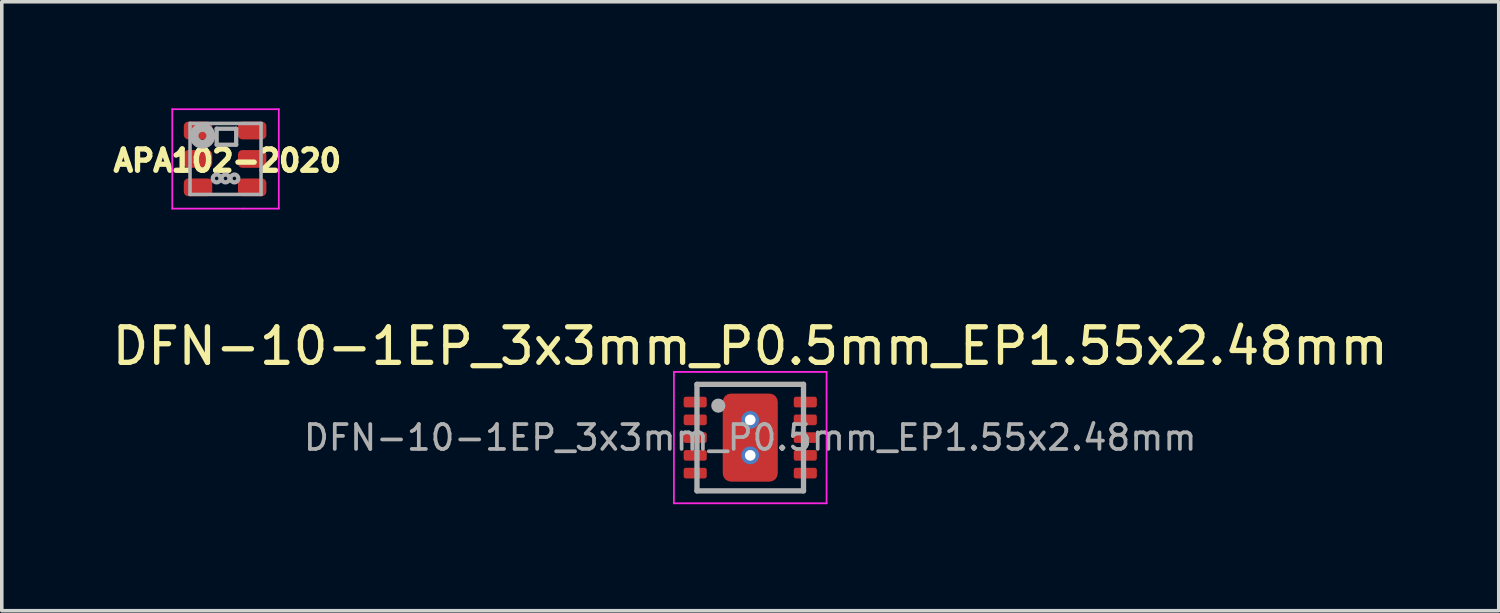
<source format=kicad_pcb>
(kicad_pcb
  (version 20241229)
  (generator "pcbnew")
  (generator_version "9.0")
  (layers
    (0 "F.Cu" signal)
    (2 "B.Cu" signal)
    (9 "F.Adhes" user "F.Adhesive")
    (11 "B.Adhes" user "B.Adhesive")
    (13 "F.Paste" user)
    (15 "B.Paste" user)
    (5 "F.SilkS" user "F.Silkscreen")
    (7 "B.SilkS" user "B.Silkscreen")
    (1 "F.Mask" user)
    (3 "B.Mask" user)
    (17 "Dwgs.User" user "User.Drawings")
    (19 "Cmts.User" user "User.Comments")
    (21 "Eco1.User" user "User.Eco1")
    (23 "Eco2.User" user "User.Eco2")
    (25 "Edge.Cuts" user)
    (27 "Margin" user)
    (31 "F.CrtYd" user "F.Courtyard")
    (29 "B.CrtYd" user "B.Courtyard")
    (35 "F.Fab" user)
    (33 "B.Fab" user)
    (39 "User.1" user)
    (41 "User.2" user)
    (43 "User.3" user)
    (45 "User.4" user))
  (footprint "DFN-10-1EP_3x3mm_P0.5mm_EP1.55x2.48mm"
    (layer "F.Cu")
    (at 18.077 9.273)
    (property "Reference" "DFN-10-1EP_3x3mm_P0.5mm_EP1.55x2.48mm" (at 0 -2.575 0) (layer "F.SilkS") (effects (font (size 1 1) (thickness 0.15))))
    (attr smd)
    (fp_line (start -2.15 -1.85) (end -2.15 1.85) (stroke (width 0.05) (type solid)) (layer "F.CrtYd"))
    (fp_line (start -2.15 -1.85) (end 2.15 -1.85) (stroke (width 0.05) (type solid)) (layer "F.CrtYd"))
    (fp_line (start -2.15 1.85) (end 2.15 1.85) (stroke (width 0.05) (type solid)) (layer "F.CrtYd"))
    (fp_line (start 2.15 -1.85) (end 2.15 1.85) (stroke (width 0.05) (type solid)) (layer "F.CrtYd"))
    (fp_line (start -1.5 -1.5) (end 1.5 -1.5) (stroke (width 0.15) (type solid)) (layer "F.Fab"))
    (fp_line (start -1.5 1.5) (end -1.5 -1.5) (stroke (width 0.15) (type solid)) (layer "F.Fab"))
    (fp_line (start 1.5 -1.5) (end 1.5 1.5) (stroke (width 0.15) (type solid)) (layer "F.Fab"))
    (fp_line (start 1.5 1.5) (end -1.5 1.5) (stroke (width 0.15) (type solid)) (layer "F.Fab"))
    (fp_circle (center -0.9 -0.9) (end -0.8 -0.9) (stroke (width 0.2) (type solid)) (fill no) (layer "F.Fab"))
    (fp_text user "${REFERENCE}" (at 0 0 0) (layer "F.Fab") (effects (font (size 0.7 0.7) (thickness 0.105))))
    (pad "" smd rect (at -0.388 -0.62) (size 0.6 1.05) (layers "F.Paste"))
    (pad "" smd rect (at -0.388 0.62) (size 0.6 1.05) (layers "F.Paste"))
    (pad "" smd rect (at 0.388 -0.62) (size 0.6 1.05) (layers "F.Paste"))
    (pad "" smd rect (at 0.388 0.62) (size 0.6 1.05) (layers "F.Paste"))
    (pad "1" smd roundrect (at -1.55 -1) (size 0.65 0.3) (layers "F.Cu" "F.Mask" "F.Paste") (roundrect_rratio 0.2))
    (pad "2" smd roundrect (at -1.55 -0.5) (size 0.65 0.3) (layers "F.Cu" "F.Mask" "F.Paste") (roundrect_rratio 0.2))
    (pad "3" smd roundrect (at -1.55 0) (size 0.65 0.3) (layers "F.Cu" "F.Mask" "F.Paste") (roundrect_rratio 0.2))
    (pad "4" smd roundrect (at -1.55 0.5) (size 0.65 0.3) (layers "F.Cu" "F.Mask" "F.Paste") (roundrect_rratio 0.2))
    (pad "5" smd roundrect (at -1.55 1) (size 0.65 0.3) (layers "F.Cu" "F.Mask" "F.Paste") (roundrect_rratio 0.2))
    (pad "6" smd roundrect (at 1.55 1) (size 0.65 0.3) (layers "F.Cu" "F.Mask" "F.Paste") (roundrect_rratio 0.2))
    (pad "7" smd roundrect (at 1.55 0.5) (size 0.65 0.3) (layers "F.Cu" "F.Mask" "F.Paste") (roundrect_rratio 0.2))
    (pad "8" smd roundrect (at 1.55 0) (size 0.65 0.3) (layers "F.Cu" "F.Mask" "F.Paste") (roundrect_rratio 0.2))
    (pad "9" smd roundrect (at 1.55 -0.5) (size 0.65 0.3) (layers "F.Cu" "F.Mask" "F.Paste") (roundrect_rratio 0.2))
    (pad "10" smd roundrect (at 1.55 -1) (size 0.65 0.3) (layers "F.Cu" "F.Mask" "F.Paste") (roundrect_rratio 0.2))
    (pad "11" thru_hole circle (at 0 -0.5) (size 0.5 0.5) (drill 0.3) (layers "*.Cu"))
    (pad "11" smd roundrect (at 0 0) (size 1.55 2.48) (layers "F.Cu" "F.Mask") (roundrect_rratio 0.15))
    (pad "11" thru_hole circle (at 0 0.5) (size 0.5 0.5) (drill 0.3) (layers "*.Cu")))
  (footprint "APA102-2020"
    (layer "F.Cu")
    (at 3.301 1.425)
    (property "Reference" "APA102-2020" (at 0.05 0.05 0) (layer "F.SilkS") (effects (font (size 0.6 0.6) (thickness 0.15))))
    (attr smd)
    (fp_line (start -1.5 -1.4) (end -1.5 1.4) (stroke (width 0.05) (type solid)) (layer "F.CrtYd"))
    (fp_line (start -1.5 -1.4) (end 1.5 -1.4) (stroke (width 0.05) (type solid)) (layer "F.CrtYd"))
    (fp_line (start 0.5 1.4) (end -1.5 1.4) (stroke (width 0.05) (type solid)) (layer "F.CrtYd"))
    (fp_line (start 1.5 -1.4) (end 1.5 1.4) (stroke (width 0.05) (type solid)) (layer "F.CrtYd"))
    (fp_line (start 1.5 1.4) (end 0.5 1.4) (stroke (width 0.05) (type solid)) (layer "F.CrtYd"))
    (fp_line (start -1 -1) (end 1 -1) (stroke (width 0.1) (type solid)) (layer "F.Fab"))
    (fp_line (start -1 1) (end -1 -1) (stroke (width 0.1) (type solid)) (layer "F.Fab"))
    (fp_line (start -0.25 -0.85) (end -0.25 -0.4) (stroke (width 0.12) (type solid)) (layer "F.Fab"))
    (fp_line (start -0.25 -0.4) (end 0.3 -0.4) (stroke (width 0.12) (type solid)) (layer "F.Fab"))
    (fp_line (start 0.3 -0.85) (end -0.25 -0.85) (stroke (width 0.12) (type solid)) (layer "F.Fab"))
    (fp_line (start 0.3 -0.4) (end 0.3 -0.85) (stroke (width 0.12) (type solid)) (layer "F.Fab"))
    (fp_line (start 1 -1) (end 1 1) (stroke (width 0.1) (type solid)) (layer "F.Fab"))
    (fp_line (start 1 1) (end -1 1) (stroke (width 0.1) (type solid)) (layer "F.Fab"))
    (fp_circle (center -0.65 -0.65) (end -0.538 -0.65) (stroke (width 0.25) (type solid)) (fill no) (layer "F.Fab"))
    (fp_circle (center -0.25 0.55) (end -0.2 0.55) (stroke (width 0.12) (type solid)) (fill no) (layer "F.Fab"))
    (fp_circle (center 0 0.55) (end 0.05 0.55) (stroke (width 0.12) (type solid)) (fill no) (layer "F.Fab"))
    (fp_circle (center 0.25 0.55) (end 0.3 0.55) (stroke (width 0.12) (type solid)) (fill no) (layer "F.Fab"))
    (pad "1" smd roundrect (at -0.775 -0.8) (size 0.8 0.5) (layers "F.Cu" "F.Mask" "F.Paste") (roundrect_rratio 0.25))
    (pad "2" smd roundrect (at -0.775 0) (size 0.8 0.5) (layers "F.Cu" "F.Mask" "F.Paste") (roundrect_rratio 0.25))
    (pad "3" smd roundrect (at -0.775 0.8) (size 0.8 0.5) (layers "F.Cu" "F.Mask" "F.Paste") (roundrect_rratio 0.25))
    (pad "4" smd roundrect (at 0.75 0.8) (size 0.8 0.5) (layers "F.Cu" "F.Mask" "F.Paste") (roundrect_rratio 0.25))
    (pad "5" smd roundrect (at 0.75 0) (size 0.8 0.5) (layers "F.Cu" "F.Mask" "F.Paste") (roundrect_rratio 0.25))
    (pad "6" smd roundrect (at 0.75 -0.8) (size 0.8 0.5) (layers "F.Cu" "F.Mask" "F.Paste") (roundrect_rratio 0.25)))
  (gr_rect
    (start -3 -3)
    (end 39.155 14.148)
    (stroke (width 0.1) (type default))
    (fill no)
    (layer "Edge.Cuts")))
</source>
